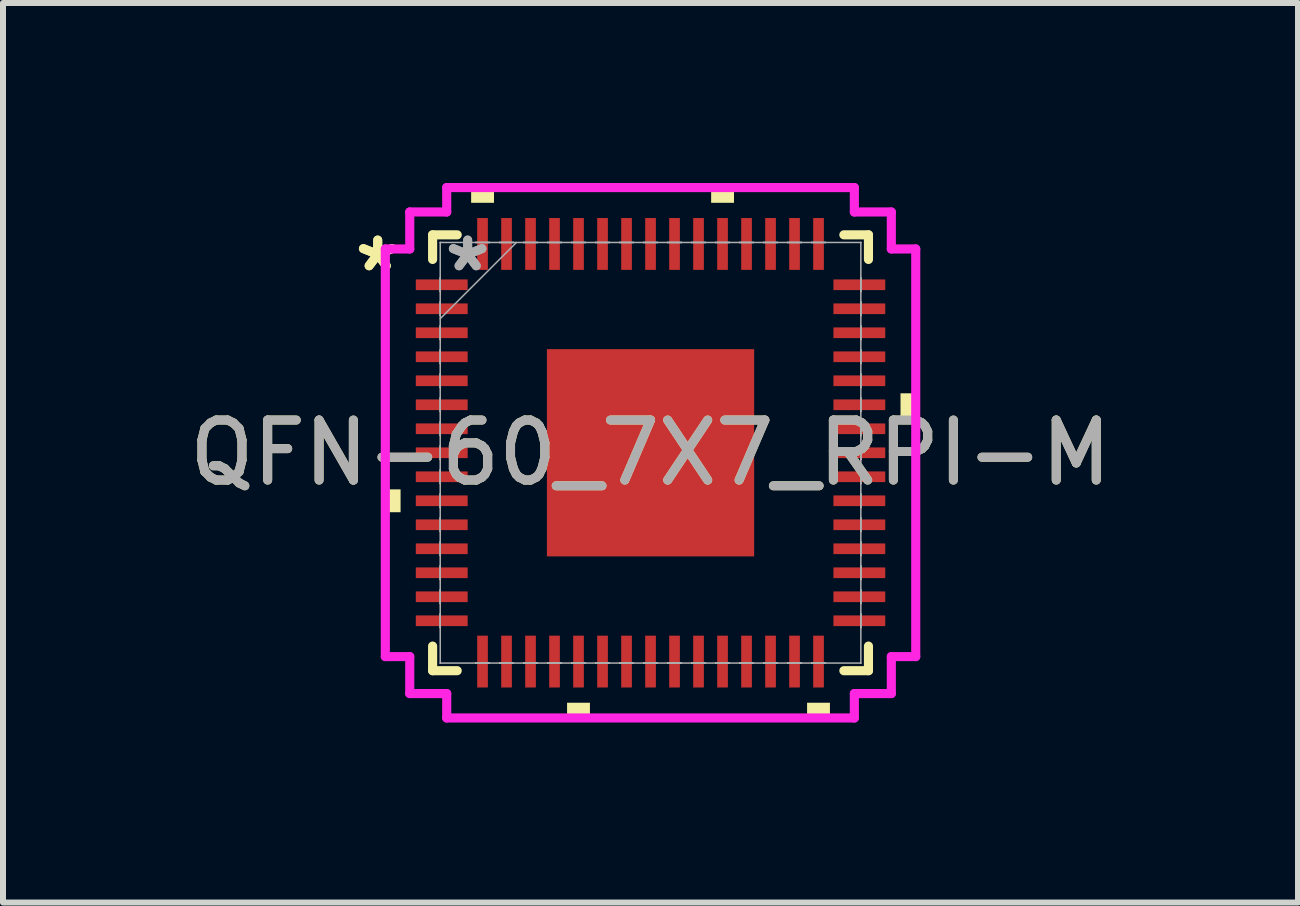
<source format=kicad_pcb>
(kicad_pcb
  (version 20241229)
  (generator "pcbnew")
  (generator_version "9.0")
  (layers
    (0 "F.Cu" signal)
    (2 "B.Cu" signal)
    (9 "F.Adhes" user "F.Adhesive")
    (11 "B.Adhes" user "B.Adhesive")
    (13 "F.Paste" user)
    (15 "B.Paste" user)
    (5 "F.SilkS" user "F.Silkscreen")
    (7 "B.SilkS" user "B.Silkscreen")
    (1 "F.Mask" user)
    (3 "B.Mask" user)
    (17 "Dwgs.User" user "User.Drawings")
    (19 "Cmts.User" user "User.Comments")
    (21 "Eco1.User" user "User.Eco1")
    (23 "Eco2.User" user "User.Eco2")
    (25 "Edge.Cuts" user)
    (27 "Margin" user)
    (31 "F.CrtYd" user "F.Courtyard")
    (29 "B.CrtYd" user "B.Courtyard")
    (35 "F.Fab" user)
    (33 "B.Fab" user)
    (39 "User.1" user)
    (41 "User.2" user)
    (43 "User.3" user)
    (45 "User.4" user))
  (footprint "QFN-60_7X7_RPI-M"
    (layer "F.Cu")
    (at 7.792 4.496)
    (property "Reference" "QFN-60_7X7_RPI-M" (at 0 0 0) (unlocked yes) (layer "F.SilkS") (effects (font (size 1 1) (thickness 0.15))))
    (attr smd)
    (fp_line (start -3.632 -3.632) (end -3.632 -3.222) (stroke (width 0.152) (type solid)) (layer "F.SilkS"))
    (fp_line (start -3.632 3.222) (end -3.632 3.632) (stroke (width 0.152) (type solid)) (layer "F.SilkS"))
    (fp_line (start -3.632 3.632) (end -3.222 3.632) (stroke (width 0.152) (type solid)) (layer "F.SilkS"))
    (fp_line (start -3.222 -3.632) (end -3.632 -3.632) (stroke (width 0.152) (type solid)) (layer "F.SilkS"))
    (fp_line (start 3.222 3.632) (end 3.632 3.632) (stroke (width 0.152) (type solid)) (layer "F.SilkS"))
    (fp_line (start 3.632 -3.632) (end 3.222 -3.632) (stroke (width 0.152) (type solid)) (layer "F.SilkS"))
    (fp_line (start 3.632 -3.222) (end 3.632 -3.632) (stroke (width 0.152) (type solid)) (layer "F.SilkS"))
    (fp_line (start 3.632 3.632) (end 3.632 3.222) (stroke (width 0.152) (type solid)) (layer "F.SilkS"))
    (fp_poly (pts (xy -4.42 0.61) (xy -4.42 0.991) (xy -4.166 0.991) (xy -4.166 0.61)) (stroke (width 0) (type solid)) (fill yes) (layer "F.SilkS"))
    (fp_poly (pts (xy -2.99 -4.166) (xy -2.99 -4.42) (xy -2.609 -4.42) (xy -2.609 -4.166)) (stroke (width 0) (type solid)) (fill yes) (layer "F.SilkS"))
    (fp_poly (pts (xy -1.391 4.166) (xy -1.391 4.42) (xy -1.01 4.42) (xy -1.01 4.166)) (stroke (width 0) (type solid)) (fill yes) (layer "F.SilkS"))
    (fp_poly (pts (xy 1.01 -4.166) (xy 1.01 -4.42) (xy 1.391 -4.42) (xy 1.391 -4.166)) (stroke (width 0) (type solid)) (fill yes) (layer "F.SilkS"))
    (fp_poly (pts (xy 2.609 4.166) (xy 2.609 4.42) (xy 2.99 4.42) (xy 2.99 4.166)) (stroke (width 0) (type solid)) (fill yes) (layer "F.SilkS"))
    (fp_poly (pts (xy 4.42 -0.991) (xy 4.42 -0.61) (xy 4.166 -0.61) (xy 4.166 -0.991)) (stroke (width 0) (type solid)) (fill yes) (layer "F.SilkS"))
    (fp_poly (pts (xy -1.627 -1.627) (xy -1.627 -0.1) (xy -0.1 -0.1) (xy -0.1 -1.627)) (stroke (width 0) (type solid)) (fill yes) (layer "F.Paste"))
    (fp_poly (pts (xy -1.627 0.1) (xy -1.627 1.627) (xy -0.1 1.627) (xy -0.1 0.1)) (stroke (width 0) (type solid)) (fill yes) (layer "F.Paste"))
    (fp_poly (pts (xy 0.1 -1.627) (xy 0.1 -0.1) (xy 1.627 -0.1) (xy 1.627 -1.627)) (stroke (width 0) (type solid)) (fill yes) (layer "F.Paste"))
    (fp_poly (pts (xy 0.1 0.1) (xy 0.1 1.627) (xy 1.627 1.627) (xy 1.627 0.1)) (stroke (width 0) (type solid)) (fill yes) (layer "F.Paste"))
    (fp_line (start -4.42 -3.397) (end -4.013 -3.397) (stroke (width 0.152) (type solid)) (layer "F.CrtYd"))
    (fp_line (start -4.42 3.397) (end -4.42 -3.397) (stroke (width 0.152) (type solid)) (layer "F.CrtYd"))
    (fp_line (start -4.013 -4.013) (end -3.397 -4.013) (stroke (width 0.152) (type solid)) (layer "F.CrtYd"))
    (fp_line (start -4.013 -3.397) (end -4.013 -4.013) (stroke (width 0.152) (type solid)) (layer "F.CrtYd"))
    (fp_line (start -4.013 3.397) (end -4.42 3.397) (stroke (width 0.152) (type solid)) (layer "F.CrtYd"))
    (fp_line (start -4.013 4.013) (end -4.013 3.397) (stroke (width 0.152) (type solid)) (layer "F.CrtYd"))
    (fp_line (start -3.397 -4.42) (end 3.397 -4.42) (stroke (width 0.152) (type solid)) (layer "F.CrtYd"))
    (fp_line (start -3.397 -4.013) (end -3.397 -4.42) (stroke (width 0.152) (type solid)) (layer "F.CrtYd"))
    (fp_line (start -3.397 4.013) (end -4.013 4.013) (stroke (width 0.152) (type solid)) (layer "F.CrtYd"))
    (fp_line (start -3.397 4.42) (end -3.397 4.013) (stroke (width 0.152) (type solid)) (layer "F.CrtYd"))
    (fp_line (start 3.397 -4.42) (end 3.397 -4.013) (stroke (width 0.152) (type solid)) (layer "F.CrtYd"))
    (fp_line (start 3.397 -4.013) (end 4.013 -4.013) (stroke (width 0.152) (type solid)) (layer "F.CrtYd"))
    (fp_line (start 3.397 4.013) (end 3.397 4.42) (stroke (width 0.152) (type solid)) (layer "F.CrtYd"))
    (fp_line (start 3.397 4.42) (end -3.397 4.42) (stroke (width 0.152) (type solid)) (layer "F.CrtYd"))
    (fp_line (start 4.013 -4.013) (end 4.013 -3.397) (stroke (width 0.152) (type solid)) (layer "F.CrtYd"))
    (fp_line (start 4.013 -3.397) (end 4.42 -3.397) (stroke (width 0.152) (type solid)) (layer "F.CrtYd"))
    (fp_line (start 4.013 3.397) (end 4.013 4.013) (stroke (width 0.152) (type solid)) (layer "F.CrtYd"))
    (fp_line (start 4.013 4.013) (end 3.397 4.013) (stroke (width 0.152) (type solid)) (layer "F.CrtYd"))
    (fp_line (start 4.42 -3.397) (end 4.42 3.397) (stroke (width 0.152) (type solid)) (layer "F.CrtYd"))
    (fp_line (start 4.42 3.397) (end 4.013 3.397) (stroke (width 0.152) (type solid)) (layer "F.CrtYd"))
    (fp_line (start -3.505 -3.505) (end -3.505 -3.505) (stroke (width 0.025) (type solid)) (layer "F.Fab"))
    (fp_line (start -3.505 -3.505) (end -3.505 3.505) (stroke (width 0.025) (type solid)) (layer "F.Fab"))
    (fp_line (start -3.505 -2.914) (end -3.505 -2.914) (stroke (width 0.025) (type solid)) (layer "F.Fab"))
    (fp_line (start -3.505 -2.914) (end -3.505 -2.686) (stroke (width 0.025) (type solid)) (layer "F.Fab"))
    (fp_line (start -3.505 -2.686) (end -3.505 -2.914) (stroke (width 0.025) (type solid)) (layer "F.Fab"))
    (fp_line (start -3.505 -2.686) (end -3.505 -2.686) (stroke (width 0.025) (type solid)) (layer "F.Fab"))
    (fp_line (start -3.505 -2.514) (end -3.505 -2.514) (stroke (width 0.025) (type solid)) (layer "F.Fab"))
    (fp_line (start -3.505 -2.514) (end -3.505 -2.286) (stroke (width 0.025) (type solid)) (layer "F.Fab"))
    (fp_line (start -3.505 -2.286) (end -3.505 -2.514) (stroke (width 0.025) (type solid)) (layer "F.Fab"))
    (fp_line (start -3.505 -2.286) (end -3.505 -2.286) (stroke (width 0.025) (type solid)) (layer "F.Fab"))
    (fp_line (start -3.505 -2.235) (end -2.235 -3.505) (stroke (width 0.025) (type solid)) (layer "F.Fab"))
    (fp_line (start -3.505 -2.114) (end -3.505 -2.114) (stroke (width 0.025) (type solid)) (layer "F.Fab"))
    (fp_line (start -3.505 -2.114) (end -3.505 -1.886) (stroke (width 0.025) (type solid)) (layer "F.Fab"))
    (fp_line (start -3.505 -1.886) (end -3.505 -2.114) (stroke (width 0.025) (type solid)) (layer "F.Fab"))
    (fp_line (start -3.505 -1.886) (end -3.505 -1.886) (stroke (width 0.025) (type solid)) (layer "F.Fab"))
    (fp_line (start -3.505 -1.714) (end -3.505 -1.714) (stroke (width 0.025) (type solid)) (layer "F.Fab"))
    (fp_line (start -3.505 -1.714) (end -3.505 -1.486) (stroke (width 0.025) (type solid)) (layer "F.Fab"))
    (fp_line (start -3.505 -1.486) (end -3.505 -1.714) (stroke (width 0.025) (type solid)) (layer "F.Fab"))
    (fp_line (start -3.505 -1.486) (end -3.505 -1.486) (stroke (width 0.025) (type solid)) (layer "F.Fab"))
    (fp_line (start -3.505 -1.314) (end -3.505 -1.314) (stroke (width 0.025) (type solid)) (layer "F.Fab"))
    (fp_line (start -3.505 -1.314) (end -3.505 -1.086) (stroke (width 0.025) (type solid)) (layer "F.Fab"))
    (fp_line (start -3.505 -1.086) (end -3.505 -1.314) (stroke (width 0.025) (type solid)) (layer "F.Fab"))
    (fp_line (start -3.505 -1.086) (end -3.505 -1.086) (stroke (width 0.025) (type solid)) (layer "F.Fab"))
    (fp_line (start -3.505 -0.914) (end -3.505 -0.914) (stroke (width 0.025) (type solid)) (layer "F.Fab"))
    (fp_line (start -3.505 -0.914) (end -3.505 -0.686) (stroke (width 0.025) (type solid)) (layer "F.Fab"))
    (fp_line (start -3.505 -0.686) (end -3.505 -0.914) (stroke (width 0.025) (type solid)) (layer "F.Fab"))
    (fp_line (start -3.505 -0.686) (end -3.505 -0.686) (stroke (width 0.025) (type solid)) (layer "F.Fab"))
    (fp_line (start -3.505 -0.514) (end -3.505 -0.514) (stroke (width 0.025) (type solid)) (layer "F.Fab"))
    (fp_line (start -3.505 -0.514) (end -3.505 -0.286) (stroke (width 0.025) (type solid)) (layer "F.Fab"))
    (fp_line (start -3.505 -0.286) (end -3.505 -0.514) (stroke (width 0.025) (type solid)) (layer "F.Fab"))
    (fp_line (start -3.505 -0.286) (end -3.505 -0.286) (stroke (width 0.025) (type solid)) (layer "F.Fab"))
    (fp_line (start -3.505 -0.114) (end -3.505 -0.114) (stroke (width 0.025) (type solid)) (layer "F.Fab"))
    (fp_line (start -3.505 -0.114) (end -3.505 0.114) (stroke (width 0.025) (type solid)) (layer "F.Fab"))
    (fp_line (start -3.505 0.114) (end -3.505 -0.114) (stroke (width 0.025) (type solid)) (layer "F.Fab"))
    (fp_line (start -3.505 0.114) (end -3.505 0.114) (stroke (width 0.025) (type solid)) (layer "F.Fab"))
    (fp_line (start -3.505 0.286) (end -3.505 0.286) (stroke (width 0.025) (type solid)) (layer "F.Fab"))
    (fp_line (start -3.505 0.286) (end -3.505 0.514) (stroke (width 0.025) (type solid)) (layer "F.Fab"))
    (fp_line (start -3.505 0.514) (end -3.505 0.286) (stroke (width 0.025) (type solid)) (layer "F.Fab"))
    (fp_line (start -3.505 0.514) (end -3.505 0.514) (stroke (width 0.025) (type solid)) (layer "F.Fab"))
    (fp_line (start -3.505 0.686) (end -3.505 0.686) (stroke (width 0.025) (type solid)) (layer "F.Fab"))
    (fp_line (start -3.505 0.686) (end -3.505 0.914) (stroke (width 0.025) (type solid)) (layer "F.Fab"))
    (fp_line (start -3.505 0.914) (end -3.505 0.686) (stroke (width 0.025) (type solid)) (layer "F.Fab"))
    (fp_line (start -3.505 0.914) (end -3.505 0.914) (stroke (width 0.025) (type solid)) (layer "F.Fab"))
    (fp_line (start -3.505 1.086) (end -3.505 1.086) (stroke (width 0.025) (type solid)) (layer "F.Fab"))
    (fp_line (start -3.505 1.086) (end -3.505 1.314) (stroke (width 0.025) (type solid)) (layer "F.Fab"))
    (fp_line (start -3.505 1.314) (end -3.505 1.086) (stroke (width 0.025) (type solid)) (layer "F.Fab"))
    (fp_line (start -3.505 1.314) (end -3.505 1.314) (stroke (width 0.025) (type solid)) (layer "F.Fab"))
    (fp_line (start -3.505 1.486) (end -3.505 1.486) (stroke (width 0.025) (type solid)) (layer "F.Fab"))
    (fp_line (start -3.505 1.486) (end -3.505 1.714) (stroke (width 0.025) (type solid)) (layer "F.Fab"))
    (fp_line (start -3.505 1.714) (end -3.505 1.486) (stroke (width 0.025) (type solid)) (layer "F.Fab"))
    (fp_line (start -3.505 1.714) (end -3.505 1.714) (stroke (width 0.025) (type solid)) (layer "F.Fab"))
    (fp_line (start -3.505 1.886) (end -3.505 1.886) (stroke (width 0.025) (type solid)) (layer "F.Fab"))
    (fp_line (start -3.505 1.886) (end -3.505 2.114) (stroke (width 0.025) (type solid)) (layer "F.Fab"))
    (fp_line (start -3.505 2.114) (end -3.505 1.886) (stroke (width 0.025) (type solid)) (layer "F.Fab"))
    (fp_line (start -3.505 2.114) (end -3.505 2.114) (stroke (width 0.025) (type solid)) (layer "F.Fab"))
    (fp_line (start -3.505 2.286) (end -3.505 2.286) (stroke (width 0.025) (type solid)) (layer "F.Fab"))
    (fp_line (start -3.505 2.286) (end -3.505 2.514) (stroke (width 0.025) (type solid)) (layer "F.Fab"))
    (fp_line (start -3.505 2.514) (end -3.505 2.286) (stroke (width 0.025) (type solid)) (layer "F.Fab"))
    (fp_line (start -3.505 2.514) (end -3.505 2.514) (stroke (width 0.025) (type solid)) (layer "F.Fab"))
    (fp_line (start -3.505 2.686) (end -3.505 2.686) (stroke (width 0.025) (type solid)) (layer "F.Fab"))
    (fp_line (start -3.505 2.686) (end -3.505 2.914) (stroke (width 0.025) (type solid)) (layer "F.Fab"))
    (fp_line (start -3.505 2.914) (end -3.505 2.686) (stroke (width 0.025) (type solid)) (layer "F.Fab"))
    (fp_line (start -3.505 2.914) (end -3.505 2.914) (stroke (width 0.025) (type solid)) (layer "F.Fab"))
    (fp_line (start -3.505 3.505) (end -3.505 3.505) (stroke (width 0.025) (type solid)) (layer "F.Fab"))
    (fp_line (start -3.505 3.505) (end 3.505 3.505) (stroke (width 0.025) (type solid)) (layer "F.Fab"))
    (fp_line (start -2.914 -3.505) (end -2.914 -3.505) (stroke (width 0.025) (type solid)) (layer "F.Fab"))
    (fp_line (start -2.914 -3.505) (end -2.686 -3.505) (stroke (width 0.025) (type solid)) (layer "F.Fab"))
    (fp_line (start -2.914 3.505) (end -2.914 3.505) (stroke (width 0.025) (type solid)) (layer "F.Fab"))
    (fp_line (start -2.914 3.505) (end -2.686 3.505) (stroke (width 0.025) (type solid)) (layer "F.Fab"))
    (fp_line (start -2.686 -3.505) (end -2.914 -3.505) (stroke (width 0.025) (type solid)) (layer "F.Fab"))
    (fp_line (start -2.686 -3.505) (end -2.686 -3.505) (stroke (width 0.025) (type solid)) (layer "F.Fab"))
    (fp_line (start -2.686 3.505) (end -2.914 3.505) (stroke (width 0.025) (type solid)) (layer "F.Fab"))
    (fp_line (start -2.686 3.505) (end -2.686 3.505) (stroke (width 0.025) (type solid)) (layer "F.Fab"))
    (fp_line (start -2.514 -3.505) (end -2.514 -3.505) (stroke (width 0.025) (type solid)) (layer "F.Fab"))
    (fp_line (start -2.514 -3.505) (end -2.286 -3.505) (stroke (width 0.025) (type solid)) (layer "F.Fab"))
    (fp_line (start -2.514 3.505) (end -2.514 3.505) (stroke (width 0.025) (type solid)) (layer "F.Fab"))
    (fp_line (start -2.514 3.505) (end -2.286 3.505) (stroke (width 0.025) (type solid)) (layer "F.Fab"))
    (fp_line (start -2.286 -3.505) (end -2.514 -3.505) (stroke (width 0.025) (type solid)) (layer "F.Fab"))
    (fp_line (start -2.286 -3.505) (end -2.286 -3.505) (stroke (width 0.025) (type solid)) (layer "F.Fab"))
    (fp_line (start -2.286 3.505) (end -2.514 3.505) (stroke (width 0.025) (type solid)) (layer "F.Fab"))
    (fp_line (start -2.286 3.505) (end -2.286 3.505) (stroke (width 0.025) (type solid)) (layer "F.Fab"))
    (fp_line (start -2.114 -3.505) (end -2.114 -3.505) (stroke (width 0.025) (type solid)) (layer "F.Fab"))
    (fp_line (start -2.114 -3.505) (end -1.886 -3.505) (stroke (width 0.025) (type solid)) (layer "F.Fab"))
    (fp_line (start -2.114 3.505) (end -2.114 3.505) (stroke (width 0.025) (type solid)) (layer "F.Fab"))
    (fp_line (start -2.114 3.505) (end -1.886 3.505) (stroke (width 0.025) (type solid)) (layer "F.Fab"))
    (fp_line (start -1.886 -3.505) (end -2.114 -3.505) (stroke (width 0.025) (type solid)) (layer "F.Fab"))
    (fp_line (start -1.886 -3.505) (end -1.886 -3.505) (stroke (width 0.025) (type solid)) (layer "F.Fab"))
    (fp_line (start -1.886 3.505) (end -2.114 3.505) (stroke (width 0.025) (type solid)) (layer "F.Fab"))
    (fp_line (start -1.886 3.505) (end -1.886 3.505) (stroke (width 0.025) (type solid)) (layer "F.Fab"))
    (fp_line (start -1.714 -3.505) (end -1.714 -3.505) (stroke (width 0.025) (type solid)) (layer "F.Fab"))
    (fp_line (start -1.714 -3.505) (end -1.486 -3.505) (stroke (width 0.025) (type solid)) (layer "F.Fab"))
    (fp_line (start -1.714 3.505) (end -1.714 3.505) (stroke (width 0.025) (type solid)) (layer "F.Fab"))
    (fp_line (start -1.714 3.505) (end -1.486 3.505) (stroke (width 0.025) (type solid)) (layer "F.Fab"))
    (fp_line (start -1.486 -3.505) (end -1.714 -3.505) (stroke (width 0.025) (type solid)) (layer "F.Fab"))
    (fp_line (start -1.486 -3.505) (end -1.486 -3.505) (stroke (width 0.025) (type solid)) (layer "F.Fab"))
    (fp_line (start -1.486 3.505) (end -1.714 3.505) (stroke (width 0.025) (type solid)) (layer "F.Fab"))
    (fp_line (start -1.486 3.505) (end -1.486 3.505) (stroke (width 0.025) (type solid)) (layer "F.Fab"))
    (fp_line (start -1.314 -3.505) (end -1.314 -3.505) (stroke (width 0.025) (type solid)) (layer "F.Fab"))
    (fp_line (start -1.314 -3.505) (end -1.086 -3.505) (stroke (width 0.025) (type solid)) (layer "F.Fab"))
    (fp_line (start -1.314 3.505) (end -1.314 3.505) (stroke (width 0.025) (type solid)) (layer "F.Fab"))
    (fp_line (start -1.314 3.505) (end -1.086 3.505) (stroke (width 0.025) (type solid)) (layer "F.Fab"))
    (fp_line (start -1.086 -3.505) (end -1.314 -3.505) (stroke (width 0.025) (type solid)) (layer "F.Fab"))
    (fp_line (start -1.086 -3.505) (end -1.086 -3.505) (stroke (width 0.025) (type solid)) (layer "F.Fab"))
    (fp_line (start -1.086 3.505) (end -1.314 3.505) (stroke (width 0.025) (type solid)) (layer "F.Fab"))
    (fp_line (start -1.086 3.505) (end -1.086 3.505) (stroke (width 0.025) (type solid)) (layer "F.Fab"))
    (fp_line (start -0.914 -3.505) (end -0.914 -3.505) (stroke (width 0.025) (type solid)) (layer "F.Fab"))
    (fp_line (start -0.914 -3.505) (end -0.686 -3.505) (stroke (width 0.025) (type solid)) (layer "F.Fab"))
    (fp_line (start -0.914 3.505) (end -0.914 3.505) (stroke (width 0.025) (type solid)) (layer "F.Fab"))
    (fp_line (start -0.914 3.505) (end -0.686 3.505) (stroke (width 0.025) (type solid)) (layer "F.Fab"))
    (fp_line (start -0.686 -3.505) (end -0.914 -3.505) (stroke (width 0.025) (type solid)) (layer "F.Fab"))
    (fp_line (start -0.686 -3.505) (end -0.686 -3.505) (stroke (width 0.025) (type solid)) (layer "F.Fab"))
    (fp_line (start -0.686 3.505) (end -0.914 3.505) (stroke (width 0.025) (type solid)) (layer "F.Fab"))
    (fp_line (start -0.686 3.505) (end -0.686 3.505) (stroke (width 0.025) (type solid)) (layer "F.Fab"))
    (fp_line (start -0.514 -3.505) (end -0.514 -3.505) (stroke (width 0.025) (type solid)) (layer "F.Fab"))
    (fp_line (start -0.514 -3.505) (end -0.286 -3.505) (stroke (width 0.025) (type solid)) (layer "F.Fab"))
    (fp_line (start -0.514 3.505) (end -0.514 3.505) (stroke (width 0.025) (type solid)) (layer "F.Fab"))
    (fp_line (start -0.514 3.505) (end -0.286 3.505) (stroke (width 0.025) (type solid)) (layer "F.Fab"))
    (fp_line (start -0.286 -3.505) (end -0.514 -3.505) (stroke (width 0.025) (type solid)) (layer "F.Fab"))
    (fp_line (start -0.286 -3.505) (end -0.286 -3.505) (stroke (width 0.025) (type solid)) (layer "F.Fab"))
    (fp_line (start -0.286 3.505) (end -0.514 3.505) (stroke (width 0.025) (type solid)) (layer "F.Fab"))
    (fp_line (start -0.286 3.505) (end -0.286 3.505) (stroke (width 0.025) (type solid)) (layer "F.Fab"))
    (fp_line (start -0.114 -3.505) (end -0.114 -3.505) (stroke (width 0.025) (type solid)) (layer "F.Fab"))
    (fp_line (start -0.114 -3.505) (end 0.114 -3.505) (stroke (width 0.025) (type solid)) (layer "F.Fab"))
    (fp_line (start -0.114 3.505) (end -0.114 3.505) (stroke (width 0.025) (type solid)) (layer "F.Fab"))
    (fp_line (start -0.114 3.505) (end 0.114 3.505) (stroke (width 0.025) (type solid)) (layer "F.Fab"))
    (fp_line (start 0.114 -3.505) (end -0.114 -3.505) (stroke (width 0.025) (type solid)) (layer "F.Fab"))
    (fp_line (start 0.114 -3.505) (end 0.114 -3.505) (stroke (width 0.025) (type solid)) (layer "F.Fab"))
    (fp_line (start 0.114 3.505) (end -0.114 3.505) (stroke (width 0.025) (type solid)) (layer "F.Fab"))
    (fp_line (start 0.114 3.505) (end 0.114 3.505) (stroke (width 0.025) (type solid)) (layer "F.Fab"))
    (fp_line (start 0.286 -3.505) (end 0.286 -3.505) (stroke (width 0.025) (type solid)) (layer "F.Fab"))
    (fp_line (start 0.286 -3.505) (end 0.514 -3.505) (stroke (width 0.025) (type solid)) (layer "F.Fab"))
    (fp_line (start 0.286 3.505) (end 0.286 3.505) (stroke (width 0.025) (type solid)) (layer "F.Fab"))
    (fp_line (start 0.286 3.505) (end 0.514 3.505) (stroke (width 0.025) (type solid)) (layer "F.Fab"))
    (fp_line (start 0.514 -3.505) (end 0.286 -3.505) (stroke (width 0.025) (type solid)) (layer "F.Fab"))
    (fp_line (start 0.514 -3.505) (end 0.514 -3.505) (stroke (width 0.025) (type solid)) (layer "F.Fab"))
    (fp_line (start 0.514 3.505) (end 0.286 3.505) (stroke (width 0.025) (type solid)) (layer "F.Fab"))
    (fp_line (start 0.514 3.505) (end 0.514 3.505) (stroke (width 0.025) (type solid)) (layer "F.Fab"))
    (fp_line (start 0.686 -3.505) (end 0.686 -3.505) (stroke (width 0.025) (type solid)) (layer "F.Fab"))
    (fp_line (start 0.686 -3.505) (end 0.914 -3.505) (stroke (width 0.025) (type solid)) (layer "F.Fab"))
    (fp_line (start 0.686 3.505) (end 0.686 3.505) (stroke (width 0.025) (type solid)) (layer "F.Fab"))
    (fp_line (start 0.686 3.505) (end 0.914 3.505) (stroke (width 0.025) (type solid)) (layer "F.Fab"))
    (fp_line (start 0.914 -3.505) (end 0.686 -3.505) (stroke (width 0.025) (type solid)) (layer "F.Fab"))
    (fp_line (start 0.914 -3.505) (end 0.914 -3.505) (stroke (width 0.025) (type solid)) (layer "F.Fab"))
    (fp_line (start 0.914 3.505) (end 0.686 3.505) (stroke (width 0.025) (type solid)) (layer "F.Fab"))
    (fp_line (start 0.914 3.505) (end 0.914 3.505) (stroke (width 0.025) (type solid)) (layer "F.Fab"))
    (fp_line (start 1.086 -3.505) (end 1.086 -3.505) (stroke (width 0.025) (type solid)) (layer "F.Fab"))
    (fp_line (start 1.086 -3.505) (end 1.314 -3.505) (stroke (width 0.025) (type solid)) (layer "F.Fab"))
    (fp_line (start 1.086 3.505) (end 1.086 3.505) (stroke (width 0.025) (type solid)) (layer "F.Fab"))
    (fp_line (start 1.086 3.505) (end 1.314 3.505) (stroke (width 0.025) (type solid)) (layer "F.Fab"))
    (fp_line (start 1.314 -3.505) (end 1.086 -3.505) (stroke (width 0.025) (type solid)) (layer "F.Fab"))
    (fp_line (start 1.314 -3.505) (end 1.314 -3.505) (stroke (width 0.025) (type solid)) (layer "F.Fab"))
    (fp_line (start 1.314 3.505) (end 1.086 3.505) (stroke (width 0.025) (type solid)) (layer "F.Fab"))
    (fp_line (start 1.314 3.505) (end 1.314 3.505) (stroke (width 0.025) (type solid)) (layer "F.Fab"))
    (fp_line (start 1.486 -3.505) (end 1.486 -3.505) (stroke (width 0.025) (type solid)) (layer "F.Fab"))
    (fp_line (start 1.486 -3.505) (end 1.714 -3.505) (stroke (width 0.025) (type solid)) (layer "F.Fab"))
    (fp_line (start 1.486 3.505) (end 1.486 3.505) (stroke (width 0.025) (type solid)) (layer "F.Fab"))
    (fp_line (start 1.486 3.505) (end 1.714 3.505) (stroke (width 0.025) (type solid)) (layer "F.Fab"))
    (fp_line (start 1.714 -3.505) (end 1.486 -3.505) (stroke (width 0.025) (type solid)) (layer "F.Fab"))
    (fp_line (start 1.714 -3.505) (end 1.714 -3.505) (stroke (width 0.025) (type solid)) (layer "F.Fab"))
    (fp_line (start 1.714 3.505) (end 1.486 3.505) (stroke (width 0.025) (type solid)) (layer "F.Fab"))
    (fp_line (start 1.714 3.505) (end 1.714 3.505) (stroke (width 0.025) (type solid)) (layer "F.Fab"))
    (fp_line (start 1.886 -3.505) (end 1.886 -3.505) (stroke (width 0.025) (type solid)) (layer "F.Fab"))
    (fp_line (start 1.886 -3.505) (end 2.114 -3.505) (stroke (width 0.025) (type solid)) (layer "F.Fab"))
    (fp_line (start 1.886 3.505) (end 1.886 3.505) (stroke (width 0.025) (type solid)) (layer "F.Fab"))
    (fp_line (start 1.886 3.505) (end 2.114 3.505) (stroke (width 0.025) (type solid)) (layer "F.Fab"))
    (fp_line (start 2.114 -3.505) (end 1.886 -3.505) (stroke (width 0.025) (type solid)) (layer "F.Fab"))
    (fp_line (start 2.114 -3.505) (end 2.114 -3.505) (stroke (width 0.025) (type solid)) (layer "F.Fab"))
    (fp_line (start 2.114 3.505) (end 1.886 3.505) (stroke (width 0.025) (type solid)) (layer "F.Fab"))
    (fp_line (start 2.114 3.505) (end 2.114 3.505) (stroke (width 0.025) (type solid)) (layer "F.Fab"))
    (fp_line (start 2.286 -3.505) (end 2.286 -3.505) (stroke (width 0.025) (type solid)) (layer "F.Fab"))
    (fp_line (start 2.286 -3.505) (end 2.514 -3.505) (stroke (width 0.025) (type solid)) (layer "F.Fab"))
    (fp_line (start 2.286 3.505) (end 2.286 3.505) (stroke (width 0.025) (type solid)) (layer "F.Fab"))
    (fp_line (start 2.286 3.505) (end 2.514 3.505) (stroke (width 0.025) (type solid)) (layer "F.Fab"))
    (fp_line (start 2.514 -3.505) (end 2.286 -3.505) (stroke (width 0.025) (type solid)) (layer "F.Fab"))
    (fp_line (start 2.514 -3.505) (end 2.514 -3.505) (stroke (width 0.025) (type solid)) (layer "F.Fab"))
    (fp_line (start 2.514 3.505) (end 2.286 3.505) (stroke (width 0.025) (type solid)) (layer "F.Fab"))
    (fp_line (start 2.514 3.505) (end 2.514 3.505) (stroke (width 0.025) (type solid)) (layer "F.Fab"))
    (fp_line (start 2.686 -3.505) (end 2.686 -3.505) (stroke (width 0.025) (type solid)) (layer "F.Fab"))
    (fp_line (start 2.686 -3.505) (end 2.914 -3.505) (stroke (width 0.025) (type solid)) (layer "F.Fab"))
    (fp_line (start 2.686 3.505) (end 2.686 3.505) (stroke (width 0.025) (type solid)) (layer "F.Fab"))
    (fp_line (start 2.686 3.505) (end 2.914 3.505) (stroke (width 0.025) (type solid)) (layer "F.Fab"))
    (fp_line (start 2.914 -3.505) (end 2.686 -3.505) (stroke (width 0.025) (type solid)) (layer "F.Fab"))
    (fp_line (start 2.914 -3.505) (end 2.914 -3.505) (stroke (width 0.025) (type solid)) (layer "F.Fab"))
    (fp_line (start 2.914 3.505) (end 2.686 3.505) (stroke (width 0.025) (type solid)) (layer "F.Fab"))
    (fp_line (start 2.914 3.505) (end 2.914 3.505) (stroke (width 0.025) (type solid)) (layer "F.Fab"))
    (fp_line (start 3.505 -3.505) (end -3.505 -3.505) (stroke (width 0.025) (type solid)) (layer "F.Fab"))
    (fp_line (start 3.505 -3.505) (end 3.505 -3.505) (stroke (width 0.025) (type solid)) (layer "F.Fab"))
    (fp_line (start 3.505 -2.914) (end 3.505 -2.914) (stroke (width 0.025) (type solid)) (layer "F.Fab"))
    (fp_line (start 3.505 -2.914) (end 3.505 -2.686) (stroke (width 0.025) (type solid)) (layer "F.Fab"))
    (fp_line (start 3.505 -2.686) (end 3.505 -2.914) (stroke (width 0.025) (type solid)) (layer "F.Fab"))
    (fp_line (start 3.505 -2.686) (end 3.505 -2.686) (stroke (width 0.025) (type solid)) (layer "F.Fab"))
    (fp_line (start 3.505 -2.514) (end 3.505 -2.514) (stroke (width 0.025) (type solid)) (layer "F.Fab"))
    (fp_line (start 3.505 -2.514) (end 3.505 -2.286) (stroke (width 0.025) (type solid)) (layer "F.Fab"))
    (fp_line (start 3.505 -2.286) (end 3.505 -2.514) (stroke (width 0.025) (type solid)) (layer "F.Fab"))
    (fp_line (start 3.505 -2.286) (end 3.505 -2.286) (stroke (width 0.025) (type solid)) (layer "F.Fab"))
    (fp_line (start 3.505 -2.114) (end 3.505 -2.114) (stroke (width 0.025) (type solid)) (layer "F.Fab"))
    (fp_line (start 3.505 -2.114) (end 3.505 -1.886) (stroke (width 0.025) (type solid)) (layer "F.Fab"))
    (fp_line (start 3.505 -1.886) (end 3.505 -2.114) (stroke (width 0.025) (type solid)) (layer "F.Fab"))
    (fp_line (start 3.505 -1.886) (end 3.505 -1.886) (stroke (width 0.025) (type solid)) (layer "F.Fab"))
    (fp_line (start 3.505 -1.714) (end 3.505 -1.714) (stroke (width 0.025) (type solid)) (layer "F.Fab"))
    (fp_line (start 3.505 -1.714) (end 3.505 -1.486) (stroke (width 0.025) (type solid)) (layer "F.Fab"))
    (fp_line (start 3.505 -1.486) (end 3.505 -1.714) (stroke (width 0.025) (type solid)) (layer "F.Fab"))
    (fp_line (start 3.505 -1.486) (end 3.505 -1.486) (stroke (width 0.025) (type solid)) (layer "F.Fab"))
    (fp_line (start 3.505 -1.314) (end 3.505 -1.314) (stroke (width 0.025) (type solid)) (layer "F.Fab"))
    (fp_line (start 3.505 -1.314) (end 3.505 -1.086) (stroke (width 0.025) (type solid)) (layer "F.Fab"))
    (fp_line (start 3.505 -1.086) (end 3.505 -1.314) (stroke (width 0.025) (type solid)) (layer "F.Fab"))
    (fp_line (start 3.505 -1.086) (end 3.505 -1.086) (stroke (width 0.025) (type solid)) (layer "F.Fab"))
    (fp_line (start 3.505 -0.914) (end 3.505 -0.914) (stroke (width 0.025) (type solid)) (layer "F.Fab"))
    (fp_line (start 3.505 -0.914) (end 3.505 -0.686) (stroke (width 0.025) (type solid)) (layer "F.Fab"))
    (fp_line (start 3.505 -0.686) (end 3.505 -0.914) (stroke (width 0.025) (type solid)) (layer "F.Fab"))
    (fp_line (start 3.505 -0.686) (end 3.505 -0.686) (stroke (width 0.025) (type solid)) (layer "F.Fab"))
    (fp_line (start 3.505 -0.514) (end 3.505 -0.514) (stroke (width 0.025) (type solid)) (layer "F.Fab"))
    (fp_line (start 3.505 -0.514) (end 3.505 -0.286) (stroke (width 0.025) (type solid)) (layer "F.Fab"))
    (fp_line (start 3.505 -0.286) (end 3.505 -0.514) (stroke (width 0.025) (type solid)) (layer "F.Fab"))
    (fp_line (start 3.505 -0.286) (end 3.505 -0.286) (stroke (width 0.025) (type solid)) (layer "F.Fab"))
    (fp_line (start 3.505 -0.114) (end 3.505 -0.114) (stroke (width 0.025) (type solid)) (layer "F.Fab"))
    (fp_line (start 3.505 -0.114) (end 3.505 0.114) (stroke (width 0.025) (type solid)) (layer "F.Fab"))
    (fp_line (start 3.505 0.114) (end 3.505 -0.114) (stroke (width 0.025) (type solid)) (layer "F.Fab"))
    (fp_line (start 3.505 0.114) (end 3.505 0.114) (stroke (width 0.025) (type solid)) (layer "F.Fab"))
    (fp_line (start 3.505 0.286) (end 3.505 0.286) (stroke (width 0.025) (type solid)) (layer "F.Fab"))
    (fp_line (start 3.505 0.286) (end 3.505 0.514) (stroke (width 0.025) (type solid)) (layer "F.Fab"))
    (fp_line (start 3.505 0.514) (end 3.505 0.286) (stroke (width 0.025) (type solid)) (layer "F.Fab"))
    (fp_line (start 3.505 0.514) (end 3.505 0.514) (stroke (width 0.025) (type solid)) (layer "F.Fab"))
    (fp_line (start 3.505 0.686) (end 3.505 0.686) (stroke (width 0.025) (type solid)) (layer "F.Fab"))
    (fp_line (start 3.505 0.686) (end 3.505 0.914) (stroke (width 0.025) (type solid)) (layer "F.Fab"))
    (fp_line (start 3.505 0.914) (end 3.505 0.686) (stroke (width 0.025) (type solid)) (layer "F.Fab"))
    (fp_line (start 3.505 0.914) (end 3.505 0.914) (stroke (width 0.025) (type solid)) (layer "F.Fab"))
    (fp_line (start 3.505 1.086) (end 3.505 1.086) (stroke (width 0.025) (type solid)) (layer "F.Fab"))
    (fp_line (start 3.505 1.086) (end 3.505 1.314) (stroke (width 0.025) (type solid)) (layer "F.Fab"))
    (fp_line (start 3.505 1.314) (end 3.505 1.086) (stroke (width 0.025) (type solid)) (layer "F.Fab"))
    (fp_line (start 3.505 1.314) (end 3.505 1.314) (stroke (width 0.025) (type solid)) (layer "F.Fab"))
    (fp_line (start 3.505 1.486) (end 3.505 1.486) (stroke (width 0.025) (type solid)) (layer "F.Fab"))
    (fp_line (start 3.505 1.486) (end 3.505 1.714) (stroke (width 0.025) (type solid)) (layer "F.Fab"))
    (fp_line (start 3.505 1.714) (end 3.505 1.486) (stroke (width 0.025) (type solid)) (layer "F.Fab"))
    (fp_line (start 3.505 1.714) (end 3.505 1.714) (stroke (width 0.025) (type solid)) (layer "F.Fab"))
    (fp_line (start 3.505 1.886) (end 3.505 1.886) (stroke (width 0.025) (type solid)) (layer "F.Fab"))
    (fp_line (start 3.505 1.886) (end 3.505 2.114) (stroke (width 0.025) (type solid)) (layer "F.Fab"))
    (fp_line (start 3.505 2.114) (end 3.505 1.886) (stroke (width 0.025) (type solid)) (layer "F.Fab"))
    (fp_line (start 3.505 2.114) (end 3.505 2.114) (stroke (width 0.025) (type solid)) (layer "F.Fab"))
    (fp_line (start 3.505 2.286) (end 3.505 2.286) (stroke (width 0.025) (type solid)) (layer "F.Fab"))
    (fp_line (start 3.505 2.286) (end 3.505 2.514) (stroke (width 0.025) (type solid)) (layer "F.Fab"))
    (fp_line (start 3.505 2.514) (end 3.505 2.286) (stroke (width 0.025) (type solid)) (layer "F.Fab"))
    (fp_line (start 3.505 2.514) (end 3.505 2.514) (stroke (width 0.025) (type solid)) (layer "F.Fab"))
    (fp_line (start 3.505 2.686) (end 3.505 2.686) (stroke (width 0.025) (type solid)) (layer "F.Fab"))
    (fp_line (start 3.505 2.686) (end 3.505 2.914) (stroke (width 0.025) (type solid)) (layer "F.Fab"))
    (fp_line (start 3.505 2.914) (end 3.505 2.686) (stroke (width 0.025) (type solid)) (layer "F.Fab"))
    (fp_line (start 3.505 2.914) (end 3.505 2.914) (stroke (width 0.025) (type solid)) (layer "F.Fab"))
    (fp_line (start 3.505 3.505) (end 3.505 -3.505) (stroke (width 0.025) (type solid)) (layer "F.Fab"))
    (fp_line (start 3.505 3.505) (end 3.505 3.505) (stroke (width 0.025) (type solid)) (layer "F.Fab"))
    (fp_text user "*" (at -4.547 -3 0) (unlocked yes) (layer "F.SilkS") (effects (font (size 1 1) (thickness 0.15))))
    (fp_text user "*" (at -4.547 -3 0) (layer "F.SilkS") (effects (font (size 1 1) (thickness 0.15))))
    (fp_text user "*" (at -3.048 -3 0) (unlocked yes) (layer "F.Fab") (effects (font (size 1 1) (thickness 0.15))))
    (fp_text user "*" (at -3.048 -3 0) (layer "F.Fab") (effects (font (size 1 1) (thickness 0.15))))
    (fp_text user "${REFERENCE}" (at 0 0 0) (unlocked yes) (layer "F.Fab") (effects (font (size 1 1) (thickness 0.15))))
    (pad "1" smd rect (at -3.48 -2.8 90) (size 0.178 0.864) (layers "F.Cu" "F.Mask" "F.Paste"))
    (pad "2" smd rect (at -3.48 -2.4 90) (size 0.178 0.864) (layers "F.Cu" "F.Mask" "F.Paste"))
    (pad "3" smd rect (at -3.48 -2 90) (size 0.178 0.864) (layers "F.Cu" "F.Mask" "F.Paste"))
    (pad "4" smd rect (at -3.48 -1.6 90) (size 0.178 0.864) (layers "F.Cu" "F.Mask" "F.Paste"))
    (pad "5" smd rect (at -3.48 -1.2 90) (size 0.178 0.864) (layers "F.Cu" "F.Mask" "F.Paste"))
    (pad "6" smd rect (at -3.48 -0.8 90) (size 0.178 0.864) (layers "F.Cu" "F.Mask" "F.Paste"))
    (pad "7" smd rect (at -3.48 -0.4 90) (size 0.178 0.864) (layers "F.Cu" "F.Mask" "F.Paste"))
    (pad "8" smd rect (at -3.48 0 90) (size 0.178 0.864) (layers "F.Cu" "F.Mask" "F.Paste"))
    (pad "9" smd rect (at -3.48 0.4 90) (size 0.178 0.864) (layers "F.Cu" "F.Mask" "F.Paste"))
    (pad "10" smd rect (at -3.48 0.8 90) (size 0.178 0.864) (layers "F.Cu" "F.Mask" "F.Paste"))
    (pad "11" smd rect (at -3.48 1.2 90) (size 0.178 0.864) (layers "F.Cu" "F.Mask" "F.Paste"))
    (pad "12" smd rect (at -3.48 1.6 90) (size 0.178 0.864) (layers "F.Cu" "F.Mask" "F.Paste"))
    (pad "13" smd rect (at -3.48 2 90) (size 0.178 0.864) (layers "F.Cu" "F.Mask" "F.Paste"))
    (pad "14" smd rect (at -3.48 2.4 90) (size 0.178 0.864) (layers "F.Cu" "F.Mask" "F.Paste"))
    (pad "15" smd rect (at -3.48 2.8 90) (size 0.178 0.864) (layers "F.Cu" "F.Mask" "F.Paste"))
    (pad "16" smd rect (at -2.8 3.48) (size 0.178 0.864) (layers "F.Cu" "F.Mask" "F.Paste"))
    (pad "17" smd rect (at -2.4 3.48) (size 0.178 0.864) (layers "F.Cu" "F.Mask" "F.Paste"))
    (pad "18" smd rect (at -2 3.48) (size 0.178 0.864) (layers "F.Cu" "F.Mask" "F.Paste"))
    (pad "19" smd rect (at -1.6 3.48) (size 0.178 0.864) (layers "F.Cu" "F.Mask" "F.Paste"))
    (pad "20" smd rect (at -1.2 3.48) (size 0.178 0.864) (layers "F.Cu" "F.Mask" "F.Paste"))
    (pad "21" smd rect (at -0.8 3.48) (size 0.178 0.864) (layers "F.Cu" "F.Mask" "F.Paste"))
    (pad "22" smd rect (at -0.4 3.48) (size 0.178 0.864) (layers "F.Cu" "F.Mask" "F.Paste"))
    (pad "23" smd rect (at 0 3.48) (size 0.178 0.864) (layers "F.Cu" "F.Mask" "F.Paste"))
    (pad "24" smd rect (at 0.4 3.48) (size 0.178 0.864) (layers "F.Cu" "F.Mask" "F.Paste"))
    (pad "25" smd rect (at 0.8 3.48) (size 0.178 0.864) (layers "F.Cu" "F.Mask" "F.Paste"))
    (pad "26" smd rect (at 1.2 3.48) (size 0.178 0.864) (layers "F.Cu" "F.Mask" "F.Paste"))
    (pad "27" smd rect (at 1.6 3.48) (size 0.178 0.864) (layers "F.Cu" "F.Mask" "F.Paste"))
    (pad "28" smd rect (at 2 3.48) (size 0.178 0.864) (layers "F.Cu" "F.Mask" "F.Paste"))
    (pad "29" smd rect (at 2.4 3.48) (size 0.178 0.864) (layers "F.Cu" "F.Mask" "F.Paste"))
    (pad "30" smd rect (at 2.8 3.48) (size 0.178 0.864) (layers "F.Cu" "F.Mask" "F.Paste"))
    (pad "31" smd rect (at 3.48 2.8 90) (size 0.178 0.864) (layers "F.Cu" "F.Mask" "F.Paste"))
    (pad "32" smd rect (at 3.48 2.4 90) (size 0.178 0.864) (layers "F.Cu" "F.Mask" "F.Paste"))
    (pad "33" smd rect (at 3.48 2 90) (size 0.178 0.864) (layers "F.Cu" "F.Mask" "F.Paste"))
    (pad "34" smd rect (at 3.48 1.6 90) (size 0.178 0.864) (layers "F.Cu" "F.Mask" "F.Paste"))
    (pad "35" smd rect (at 3.48 1.2 90) (size 0.178 0.864) (layers "F.Cu" "F.Mask" "F.Paste"))
    (pad "36" smd rect (at 3.48 0.8 90) (size 0.178 0.864) (layers "F.Cu" "F.Mask" "F.Paste"))
    (pad "37" smd rect (at 3.48 0.4 90) (size 0.178 0.864) (layers "F.Cu" "F.Mask" "F.Paste"))
    (pad "38" smd rect (at 3.48 0 90) (size 0.178 0.864) (layers "F.Cu" "F.Mask" "F.Paste"))
    (pad "39" smd rect (at 3.48 -0.4 90) (size 0.178 0.864) (layers "F.Cu" "F.Mask" "F.Paste"))
    (pad "40" smd rect (at 3.48 -0.8 90) (size 0.178 0.864) (layers "F.Cu" "F.Mask" "F.Paste"))
    (pad "41" smd rect (at 3.48 -1.2 90) (size 0.178 0.864) (layers "F.Cu" "F.Mask" "F.Paste"))
    (pad "42" smd rect (at 3.48 -1.6 90) (size 0.178 0.864) (layers "F.Cu" "F.Mask" "F.Paste"))
    (pad "43" smd rect (at 3.48 -2 90) (size 0.178 0.864) (layers "F.Cu" "F.Mask" "F.Paste"))
    (pad "44" smd rect (at 3.48 -2.4 90) (size 0.178 0.864) (layers "F.Cu" "F.Mask" "F.Paste"))
    (pad "45" smd rect (at 3.48 -2.8 90) (size 0.178 0.864) (layers "F.Cu" "F.Mask" "F.Paste"))
    (pad "46" smd rect (at 2.8 -3.48) (size 0.178 0.864) (layers "F.Cu" "F.Mask" "F.Paste"))
    (pad "47" smd rect (at 2.4 -3.48) (size 0.178 0.864) (layers "F.Cu" "F.Mask" "F.Paste"))
    (pad "48" smd rect (at 2 -3.48) (size 0.178 0.864) (layers "F.Cu" "F.Mask" "F.Paste"))
    (pad "49" smd rect (at 1.6 -3.48) (size 0.178 0.864) (layers "F.Cu" "F.Mask" "F.Paste"))
    (pad "50" smd rect (at 1.2 -3.48) (size 0.178 0.864) (layers "F.Cu" "F.Mask" "F.Paste"))
    (pad "51" smd rect (at 0.8 -3.48) (size 0.178 0.864) (layers "F.Cu" "F.Mask" "F.Paste"))
    (pad "52" smd rect (at 0.4 -3.48) (size 0.178 0.864) (layers "F.Cu" "F.Mask" "F.Paste"))
    (pad "53" smd rect (at 0 -3.48) (size 0.178 0.864) (layers "F.Cu" "F.Mask" "F.Paste"))
    (pad "54" smd rect (at -0.4 -3.48) (size 0.178 0.864) (layers "F.Cu" "F.Mask" "F.Paste"))
    (pad "55" smd rect (at -0.8 -3.48) (size 0.178 0.864) (layers "F.Cu" "F.Mask" "F.Paste"))
    (pad "56" smd rect (at -1.2 -3.48) (size 0.178 0.864) (layers "F.Cu" "F.Mask" "F.Paste"))
    (pad "57" smd rect (at -1.6 -3.48) (size 0.178 0.864) (layers "F.Cu" "F.Mask" "F.Paste"))
    (pad "58" smd rect (at -2 -3.48) (size 0.178 0.864) (layers "F.Cu" "F.Mask" "F.Paste"))
    (pad "59" smd rect (at -2.4 -3.48) (size 0.178 0.864) (layers "F.Cu" "F.Mask" "F.Paste"))
    (pad "60" smd rect (at -2.8 -3.48) (size 0.178 0.864) (layers "F.Cu" "F.Mask" "F.Paste"))
    (pad "61" smd rect (at 0 0) (size 3.454 3.454) (layers "F.Cu" "F.Mask" "F.Paste")))
  (gr_rect
    (start -3 -3)
    (end 18.583 11.992)
    (stroke (width 0.1) (type default))
    (fill no)
    (layer "Edge.Cuts")))
</source>
